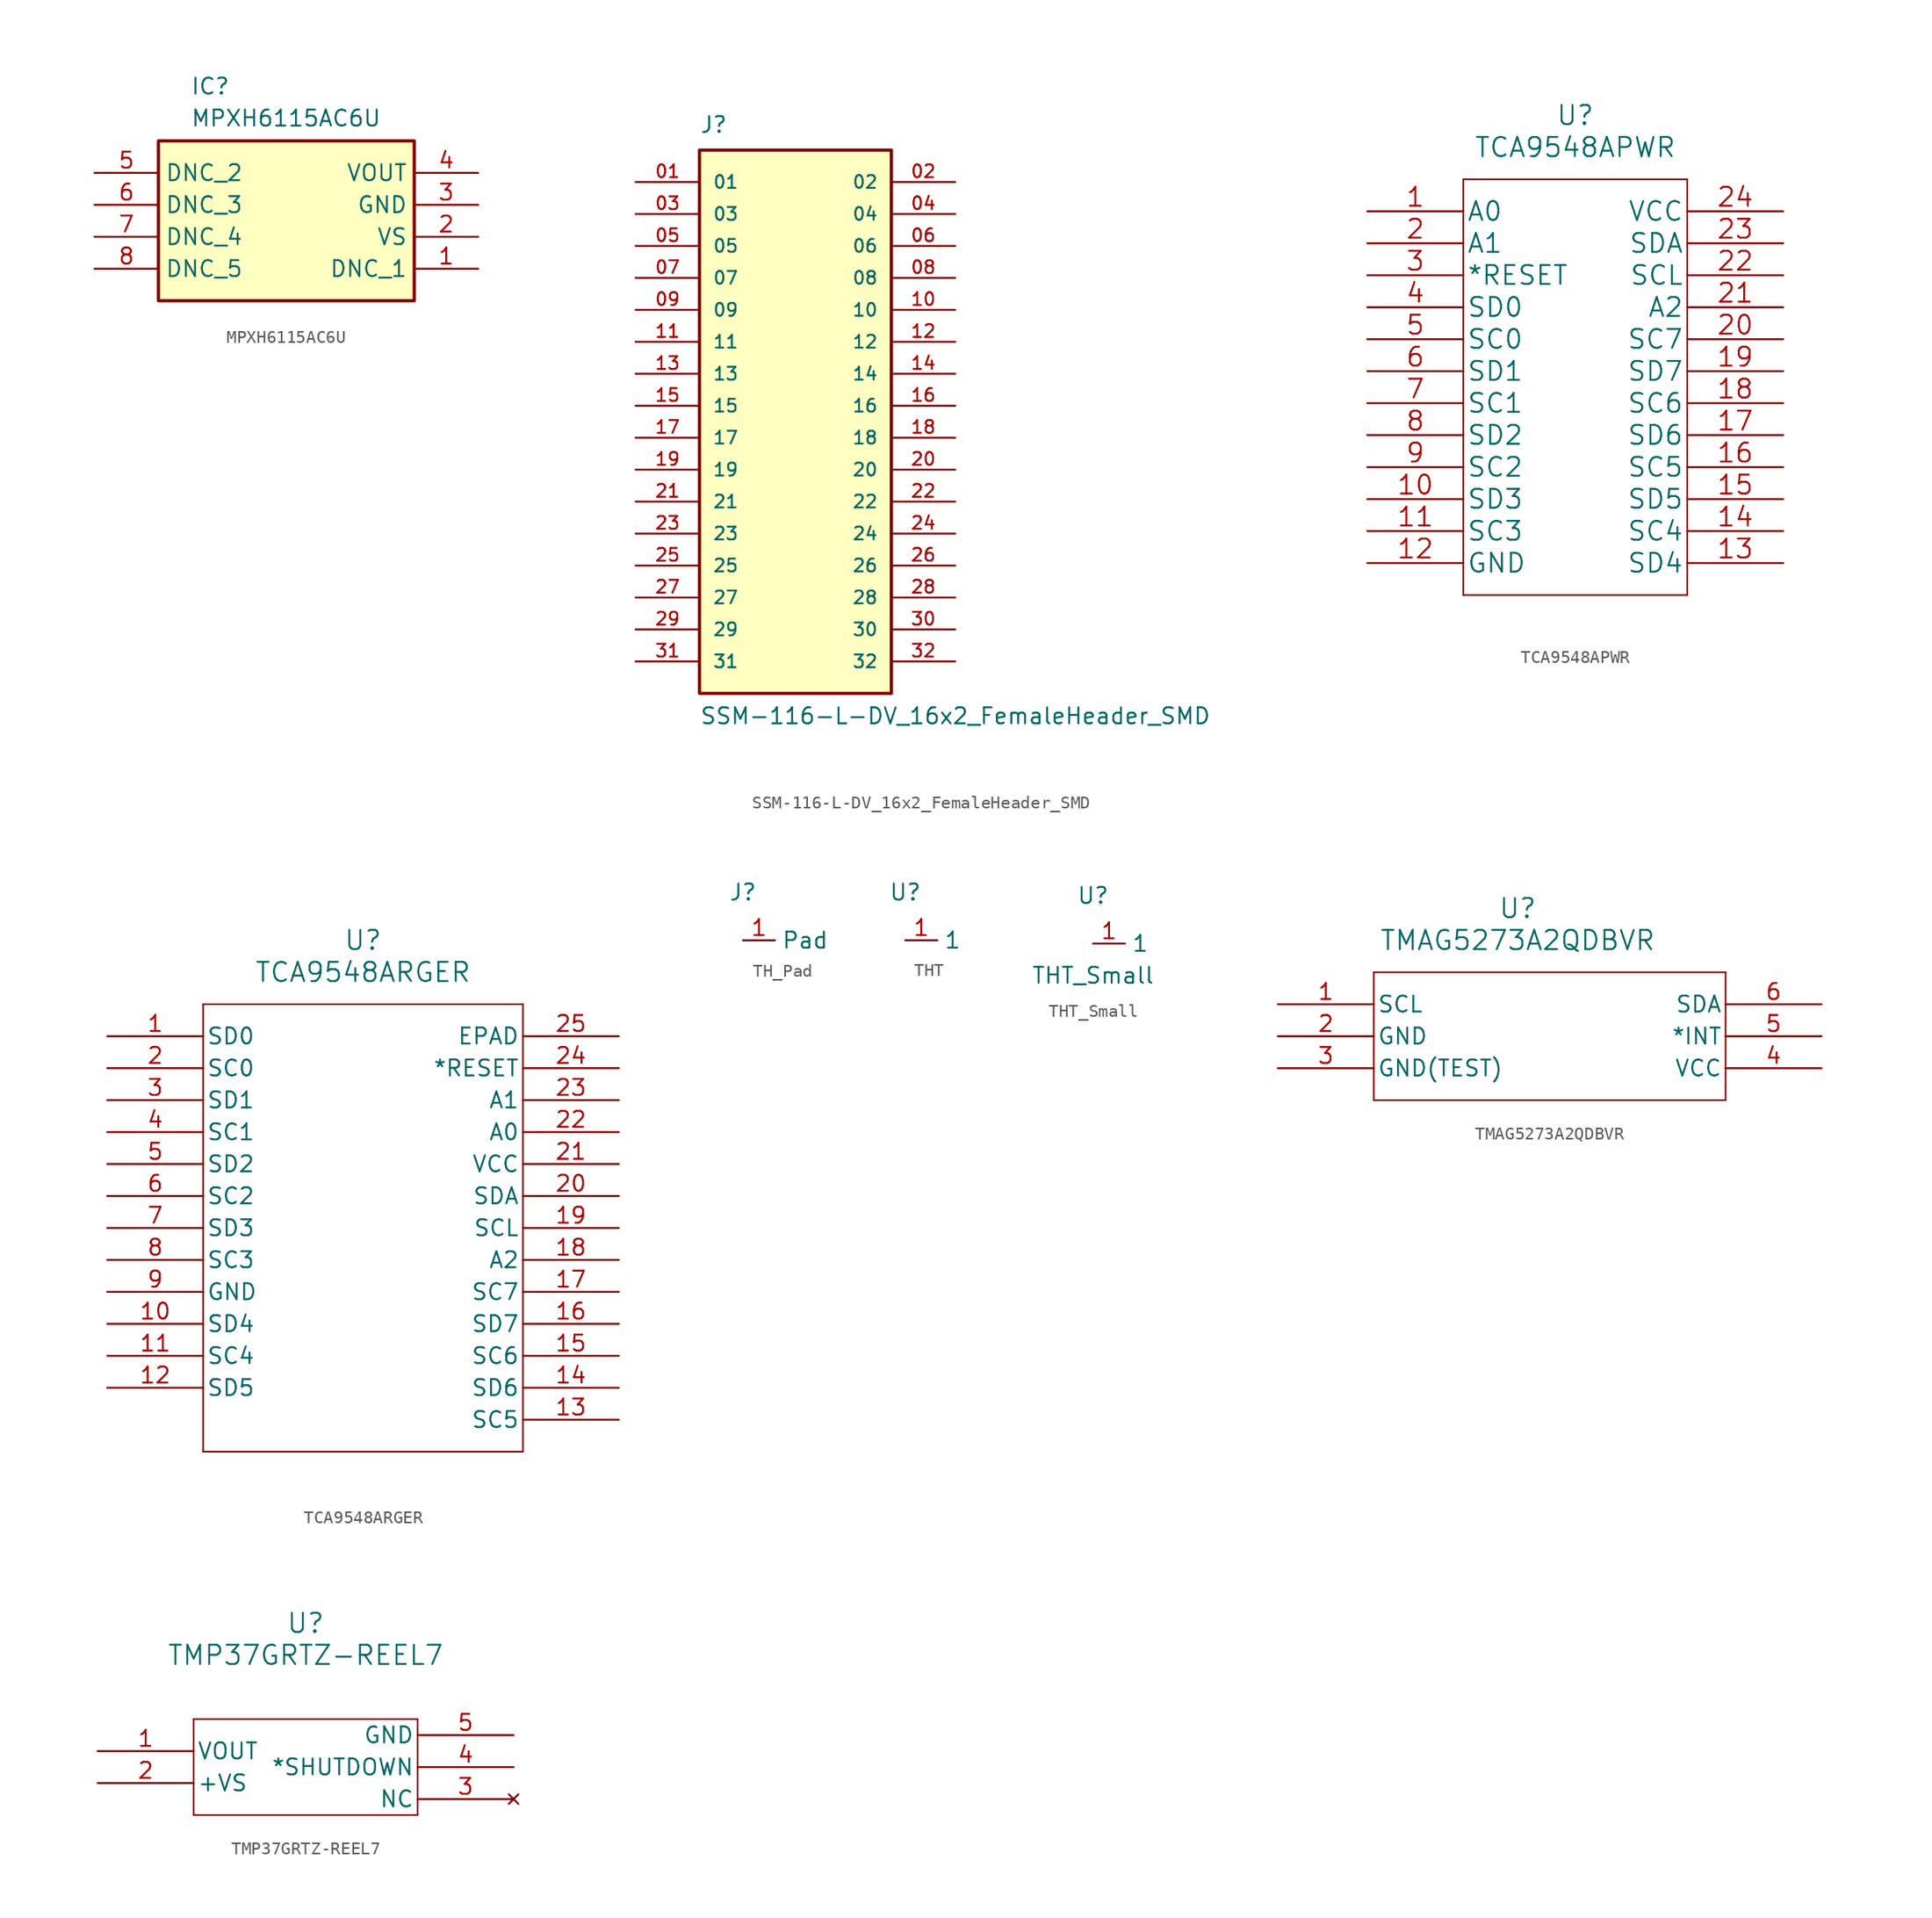
<source format=kicad_sym>
(kicad_symbol_lib
  (version 20220914)
  (generator kicad_symbol_editor)
  (symbol "MPXH6115AC6U"
    (property "Reference" "IC"
      (at 7.62 7.62 0)
      (effects (font (size 1.27 1.27)) (justify left top)))
    (property "Value" "MPXH6115AC6U"
      (at 7.62 5.08 0)
      (effects (font (size 1.27 1.27)) (justify left top)))
    (symbol "MPXH6115AC6U_1_1"
      (rectangle (start 5.08 2.54) (end 25.4 -10.16) (stroke (width 0.254) (type default)) (fill (type background)))
      (pin passive line (at 30.48 -7.62 180) (length 5.08) (name "DNC_1" (effects (font (size 1.27 1.27)))) (number "1" (effects (font (size 1.27 1.27)))))
      (pin passive line (at 30.48 -5.08 180) (length 5.08) (name "VS" (effects (font (size 1.27 1.27)))) (number "2" (effects (font (size 1.27 1.27)))))
      (pin passive line (at 30.48 -2.54 180) (length 5.08) (name "GND" (effects (font (size 1.27 1.27)))) (number "3" (effects (font (size 1.27 1.27)))))
      (pin passive line (at 30.48 0 180) (length 5.08) (name "VOUT" (effects (font (size 1.27 1.27)))) (number "4" (effects (font (size 1.27 1.27)))))
      (pin passive line (at 0 0 0) (length 5.08) (name "DNC_2" (effects (font (size 1.27 1.27)))) (number "5" (effects (font (size 1.27 1.27)))))
      (pin passive line (at 0 -2.54 0) (length 5.08) (name "DNC_3" (effects (font (size 1.27 1.27)))) (number "6" (effects (font (size 1.27 1.27)))))
      (pin passive line (at 0 -5.08 0) (length 5.08) (name "DNC_4" (effects (font (size 1.27 1.27)))) (number "7" (effects (font (size 1.27 1.27)))))
      (pin passive line (at 0 -7.62 0) (length 5.08) (name "DNC_5" (effects (font (size 1.27 1.27)))) (number "8" (effects (font (size 1.27 1.27)))))))
  (symbol "SSM-116-L-DV_16x2_FemaleHeader_SMD"
    (pin_names
      (offset 1.016))
    (property "Reference" "J"
      (at -7.62 24.13 0)
      (effects (font (size 1.27 1.27)) (justify left bottom)))
    (property "Value" "SSM-116-L-DV_16x2_FemaleHeader_SMD"
      (at -7.62 -22.86 0)
      (effects (font (size 1.27 1.27)) (justify left bottom)))
    (symbol "SSM-116-L-DV_16x2_FemaleHeader_SMD_0_0"
      (rectangle (start -7.62 22.86) (end 7.62 -20.32) (stroke (width 0.254) (type default)) (fill (type background)))
      (pin passive line (at -12.7 20.32 0) (length 5.08) (name "01" (effects (font (size 1.016 1.016)))) (number "01" (effects (font (size 1.016 1.016)))))
      (pin passive line (at 12.7 20.32 180) (length 5.08) (name "02" (effects (font (size 1.016 1.016)))) (number "02" (effects (font (size 1.016 1.016)))))
      (pin passive line (at -12.7 17.78 0) (length 5.08) (name "03" (effects (font (size 1.016 1.016)))) (number "03" (effects (font (size 1.016 1.016)))))
      (pin passive line (at 12.7 17.78 180) (length 5.08) (name "04" (effects (font (size 1.016 1.016)))) (number "04" (effects (font (size 1.016 1.016)))))
      (pin passive line (at -12.7 15.24 0) (length 5.08) (name "05" (effects (font (size 1.016 1.016)))) (number "05" (effects (font (size 1.016 1.016)))))
      (pin passive line (at 12.7 15.24 180) (length 5.08) (name "06" (effects (font (size 1.016 1.016)))) (number "06" (effects (font (size 1.016 1.016)))))
      (pin passive line (at -12.7 12.7 0) (length 5.08) (name "07" (effects (font (size 1.016 1.016)))) (number "07" (effects (font (size 1.016 1.016)))))
      (pin passive line (at 12.7 12.7 180) (length 5.08) (name "08" (effects (font (size 1.016 1.016)))) (number "08" (effects (font (size 1.016 1.016)))))
      (pin passive line (at -12.7 10.16 0) (length 5.08) (name "09" (effects (font (size 1.016 1.016)))) (number "09" (effects (font (size 1.016 1.016)))))
      (pin passive line (at 12.7 10.16 180) (length 5.08) (name "10" (effects (font (size 1.016 1.016)))) (number "10" (effects (font (size 1.016 1.016)))))
      (pin passive line (at -12.7 7.62 0) (length 5.08) (name "11" (effects (font (size 1.016 1.016)))) (number "11" (effects (font (size 1.016 1.016)))))
      (pin passive line (at 12.7 7.62 180) (length 5.08) (name "12" (effects (font (size 1.016 1.016)))) (number "12" (effects (font (size 1.016 1.016)))))
      (pin passive line (at -12.7 5.08 0) (length 5.08) (name "13" (effects (font (size 1.016 1.016)))) (number "13" (effects (font (size 1.016 1.016)))))
      (pin passive line (at 12.7 5.08 180) (length 5.08) (name "14" (effects (font (size 1.016 1.016)))) (number "14" (effects (font (size 1.016 1.016)))))
      (pin passive line (at -12.7 2.54 0) (length 5.08) (name "15" (effects (font (size 1.016 1.016)))) (number "15" (effects (font (size 1.016 1.016)))))
      (pin passive line (at 12.7 2.54 180) (length 5.08) (name "16" (effects (font (size 1.016 1.016)))) (number "16" (effects (font (size 1.016 1.016)))))
      (pin passive line (at -12.7 0 0) (length 5.08) (name "17" (effects (font (size 1.016 1.016)))) (number "17" (effects (font (size 1.016 1.016)))))
      (pin passive line (at 12.7 0 180) (length 5.08) (name "18" (effects (font (size 1.016 1.016)))) (number "18" (effects (font (size 1.016 1.016)))))
      (pin passive line (at -12.7 -2.54 0) (length 5.08) (name "19" (effects (font (size 1.016 1.016)))) (number "19" (effects (font (size 1.016 1.016)))))
      (pin passive line (at 12.7 -2.54 180) (length 5.08) (name "20" (effects (font (size 1.016 1.016)))) (number "20" (effects (font (size 1.016 1.016)))))
      (pin passive line (at -12.7 -5.08 0) (length 5.08) (name "21" (effects (font (size 1.016 1.016)))) (number "21" (effects (font (size 1.016 1.016)))))
      (pin passive line (at 12.7 -5.08 180) (length 5.08) (name "22" (effects (font (size 1.016 1.016)))) (number "22" (effects (font (size 1.016 1.016)))))
      (pin passive line (at -12.7 -7.62 0) (length 5.08) (name "23" (effects (font (size 1.016 1.016)))) (number "23" (effects (font (size 1.016 1.016)))))
      (pin passive line (at 12.7 -7.62 180) (length 5.08) (name "24" (effects (font (size 1.016 1.016)))) (number "24" (effects (font (size 1.016 1.016)))))
      (pin passive line (at -12.7 -10.16 0) (length 5.08) (name "25" (effects (font (size 1.016 1.016)))) (number "25" (effects (font (size 1.016 1.016)))))
      (pin passive line (at 12.7 -10.16 180) (length 5.08) (name "26" (effects (font (size 1.016 1.016)))) (number "26" (effects (font (size 1.016 1.016)))))
      (pin passive line (at -12.7 -12.7 0) (length 5.08) (name "27" (effects (font (size 1.016 1.016)))) (number "27" (effects (font (size 1.016 1.016)))))
      (pin passive line (at 12.7 -12.7 180) (length 5.08) (name "28" (effects (font (size 1.016 1.016)))) (number "28" (effects (font (size 1.016 1.016)))))
      (pin passive line (at -12.7 -15.24 0) (length 5.08) (name "29" (effects (font (size 1.016 1.016)))) (number "29" (effects (font (size 1.016 1.016)))))
      (pin passive line (at 12.7 -15.24 180) (length 5.08) (name "30" (effects (font (size 1.016 1.016)))) (number "30" (effects (font (size 1.016 1.016)))))
      (pin passive line (at -12.7 -17.78 0) (length 5.08) (name "31" (effects (font (size 1.016 1.016)))) (number "31" (effects (font (size 1.016 1.016)))))
      (pin passive line (at 12.7 -17.78 180) (length 5.08) (name "32" (effects (font (size 1.016 1.016)))) (number "32" (effects (font (size 1.016 1.016)))))))
  (symbol "TCA9548APWR"
    (pin_names
      (offset 0.254))
    (property "Reference" "U"
      (at 16.51 7.62 0)
      (effects (font (size 1.524 1.524))))
    (property "Value" "TCA9548APWR"
      (at 16.51 5.08 0)
      (effects (font (size 1.524 1.524))))
    (property "Datasheet" ""
      (at 0 0 0)
      (effects (font (size 1.524 1.524))))
    (symbol "TCA9548APWR_1_1"
      (polyline (pts (xy 7.62 -30.48) (xy 25.4 -30.48)) (stroke (width 0.127) (type solid)) (fill (type none)))
      (polyline (pts (xy 7.62 2.54) (xy 7.62 -30.48)) (stroke (width 0.127) (type solid)) (fill (type none)))
      (polyline (pts (xy 25.4 -30.48) (xy 25.4 2.54)) (stroke (width 0.127) (type solid)) (fill (type none)))
      (polyline (pts (xy 25.4 2.54) (xy 7.62 2.54)) (stroke (width 0.127) (type solid)) (fill (type none)))
      (pin input line (at 0 0 0) (length 7.62) (name "A0" (effects (font (size 1.499 1.499)))) (number "1" (effects (font (size 1.499 1.499)))))
      (pin bidirectional line (at 0 -22.86 0) (length 7.62) (name "SD3" (effects (font (size 1.499 1.499)))) (number "10" (effects (font (size 1.499 1.499)))))
      (pin bidirectional line (at 0 -25.4 0) (length 7.62) (name "SC3" (effects (font (size 1.499 1.499)))) (number "11" (effects (font (size 1.499 1.499)))))
      (pin power_in line (at 0 -27.94 0) (length 7.62) (name "GND" (effects (font (size 1.499 1.499)))) (number "12" (effects (font (size 1.499 1.499)))))
      (pin bidirectional line (at 33.02 -27.94 180) (length 7.62) (name "SD4" (effects (font (size 1.499 1.499)))) (number "13" (effects (font (size 1.499 1.499)))))
      (pin bidirectional line (at 33.02 -25.4 180) (length 7.62) (name "SC4" (effects (font (size 1.499 1.499)))) (number "14" (effects (font (size 1.499 1.499)))))
      (pin bidirectional line (at 33.02 -22.86 180) (length 7.62) (name "SD5" (effects (font (size 1.499 1.499)))) (number "15" (effects (font (size 1.499 1.499)))))
      (pin bidirectional line (at 33.02 -20.32 180) (length 7.62) (name "SC5" (effects (font (size 1.499 1.499)))) (number "16" (effects (font (size 1.499 1.499)))))
      (pin bidirectional line (at 33.02 -17.78 180) (length 7.62) (name "SD6" (effects (font (size 1.499 1.499)))) (number "17" (effects (font (size 1.499 1.499)))))
      (pin bidirectional line (at 33.02 -15.24 180) (length 7.62) (name "SC6" (effects (font (size 1.499 1.499)))) (number "18" (effects (font (size 1.499 1.499)))))
      (pin bidirectional line (at 33.02 -12.7 180) (length 7.62) (name "SD7" (effects (font (size 1.499 1.499)))) (number "19" (effects (font (size 1.499 1.499)))))
      (pin input line (at 0 -2.54 0) (length 7.62) (name "A1" (effects (font (size 1.499 1.499)))) (number "2" (effects (font (size 1.499 1.499)))))
      (pin bidirectional line (at 33.02 -10.16 180) (length 7.62) (name "SC7" (effects (font (size 1.499 1.499)))) (number "20" (effects (font (size 1.499 1.499)))))
      (pin input line (at 33.02 -7.62 180) (length 7.62) (name "A2" (effects (font (size 1.499 1.499)))) (number "21" (effects (font (size 1.499 1.499)))))
      (pin bidirectional line (at 33.02 -5.08 180) (length 7.62) (name "SCL" (effects (font (size 1.499 1.499)))) (number "22" (effects (font (size 1.499 1.499)))))
      (pin bidirectional line (at 33.02 -2.54 180) (length 7.62) (name "SDA" (effects (font (size 1.499 1.499)))) (number "23" (effects (font (size 1.499 1.499)))))
      (pin power_in line (at 33.02 0 180) (length 7.62) (name "VCC" (effects (font (size 1.499 1.499)))) (number "24" (effects (font (size 1.499 1.499)))))
      (pin input line (at 0 -5.08 0) (length 7.62) (name "*RESET" (effects (font (size 1.499 1.499)))) (number "3" (effects (font (size 1.499 1.499)))))
      (pin bidirectional line (at 0 -7.62 0) (length 7.62) (name "SD0" (effects (font (size 1.499 1.499)))) (number "4" (effects (font (size 1.499 1.499)))))
      (pin bidirectional line (at 0 -10.16 0) (length 7.62) (name "SC0" (effects (font (size 1.499 1.499)))) (number "5" (effects (font (size 1.499 1.499)))))
      (pin bidirectional line (at 0 -12.7 0) (length 7.62) (name "SD1" (effects (font (size 1.499 1.499)))) (number "6" (effects (font (size 1.499 1.499)))))
      (pin bidirectional line (at 0 -15.24 0) (length 7.62) (name "SC1" (effects (font (size 1.499 1.499)))) (number "7" (effects (font (size 1.499 1.499)))))
      (pin bidirectional line (at 0 -17.78 0) (length 7.62) (name "SD2" (effects (font (size 1.499 1.499)))) (number "8" (effects (font (size 1.499 1.499)))))
      (pin bidirectional line (at 0 -20.32 0) (length 7.62) (name "SC2" (effects (font (size 1.499 1.499)))) (number "9" (effects (font (size 1.499 1.499)))))))
  (symbol "TCA9548ARGER"
    (pin_names
      (offset 0.254))
    (property "Reference" "U"
      (at 20.32 10.16 0)
      (effects (font (size 1.524 1.524))))
    (property "Value" "TCA9548ARGER"
      (at 20.32 7.62 0)
      (effects (font (size 1.524 1.524))))
    (symbol "TCA9548ARGER_0_1"
      (polyline (pts (xy 7.62 -30.48) (xy 33.02 -30.48)) (stroke (width 0.127) (type default)) (fill (type none)))
      (polyline (pts (xy 7.62 5.08) (xy 7.62 -30.48)) (stroke (width 0.127) (type default)) (fill (type none)))
      (polyline (pts (xy 33.02 -30.48) (xy 33.02 5.08)) (stroke (width 0.127) (type default)) (fill (type none)))
      (polyline (pts (xy 33.02 5.08) (xy 7.62 5.08)) (stroke (width 0.127) (type default)) (fill (type none)))
      (pin bidirectional line (at 0 2.54 0) (length 7.62) (name "SD0" (effects (font (size 1.27 1.27)))) (number "1" (effects (font (size 1.27 1.27)))))
      (pin bidirectional line (at 0 -20.32 0) (length 7.62) (name "SD4" (effects (font (size 1.27 1.27)))) (number "10" (effects (font (size 1.27 1.27)))))
      (pin bidirectional line (at 0 -22.86 0) (length 7.62) (name "SC4" (effects (font (size 1.27 1.27)))) (number "11" (effects (font (size 1.27 1.27)))))
      (pin bidirectional line (at 0 -25.4 0) (length 7.62) (name "SD5" (effects (font (size 1.27 1.27)))) (number "12" (effects (font (size 1.27 1.27)))))
      (pin bidirectional line (at 40.64 -27.94 180) (length 7.62) (name "SC5" (effects (font (size 1.27 1.27)))) (number "13" (effects (font (size 1.27 1.27)))))
      (pin bidirectional line (at 40.64 -25.4 180) (length 7.62) (name "SD6" (effects (font (size 1.27 1.27)))) (number "14" (effects (font (size 1.27 1.27)))))
      (pin bidirectional line (at 40.64 -22.86 180) (length 7.62) (name "SC6" (effects (font (size 1.27 1.27)))) (number "15" (effects (font (size 1.27 1.27)))))
      (pin bidirectional line (at 40.64 -20.32 180) (length 7.62) (name "SD7" (effects (font (size 1.27 1.27)))) (number "16" (effects (font (size 1.27 1.27)))))
      (pin bidirectional line (at 40.64 -17.78 180) (length 7.62) (name "SC7" (effects (font (size 1.27 1.27)))) (number "17" (effects (font (size 1.27 1.27)))))
      (pin input line (at 40.64 -15.24 180) (length 7.62) (name "A2" (effects (font (size 1.27 1.27)))) (number "18" (effects (font (size 1.27 1.27)))))
      (pin bidirectional line (at 40.64 -12.7 180) (length 7.62) (name "SCL" (effects (font (size 1.27 1.27)))) (number "19" (effects (font (size 1.27 1.27)))))
      (pin bidirectional line (at 0 0 0) (length 7.62) (name "SC0" (effects (font (size 1.27 1.27)))) (number "2" (effects (font (size 1.27 1.27)))))
      (pin bidirectional line (at 40.64 -10.16 180) (length 7.62) (name "SDA" (effects (font (size 1.27 1.27)))) (number "20" (effects (font (size 1.27 1.27)))))
      (pin power_in line (at 40.64 -7.62 180) (length 7.62) (name "VCC" (effects (font (size 1.27 1.27)))) (number "21" (effects (font (size 1.27 1.27)))))
      (pin input line (at 40.64 -5.08 180) (length 7.62) (name "A0" (effects (font (size 1.27 1.27)))) (number "22" (effects (font (size 1.27 1.27)))))
      (pin input line (at 40.64 -2.54 180) (length 7.62) (name "A1" (effects (font (size 1.27 1.27)))) (number "23" (effects (font (size 1.27 1.27)))))
      (pin input line (at 40.64 0 180) (length 7.62) (name "*RESET" (effects (font (size 1.27 1.27)))) (number "24" (effects (font (size 1.27 1.27)))))
      (pin unspecified line (at 40.64 2.54 180) (length 7.62) (name "EPAD" (effects (font (size 1.27 1.27)))) (number "25" (effects (font (size 1.27 1.27)))))
      (pin bidirectional line (at 0 -2.54 0) (length 7.62) (name "SD1" (effects (font (size 1.27 1.27)))) (number "3" (effects (font (size 1.27 1.27)))))
      (pin bidirectional line (at 0 -5.08 0) (length 7.62) (name "SC1" (effects (font (size 1.27 1.27)))) (number "4" (effects (font (size 1.27 1.27)))))
      (pin bidirectional line (at 0 -7.62 0) (length 7.62) (name "SD2" (effects (font (size 1.27 1.27)))) (number "5" (effects (font (size 1.27 1.27)))))
      (pin bidirectional line (at 0 -10.16 0) (length 7.62) (name "SC2" (effects (font (size 1.27 1.27)))) (number "6" (effects (font (size 1.27 1.27)))))
      (pin bidirectional line (at 0 -12.7 0) (length 7.62) (name "SD3" (effects (font (size 1.27 1.27)))) (number "7" (effects (font (size 1.27 1.27)))))
      (pin bidirectional line (at 0 -15.24 0) (length 7.62) (name "SC3" (effects (font (size 1.27 1.27)))) (number "8" (effects (font (size 1.27 1.27)))))
      (pin power_in line (at 0 -17.78 0) (length 7.62) (name "GND" (effects (font (size 1.27 1.27)))) (number "9" (effects (font (size 1.27 1.27)))))))
  (symbol "TH_Pad"
    (property "Reference" "J"
      (at 0 3.81 0)
      (effects (font (size 1.27 1.27))))
    (property "Value" ""
      (at 0 0 0)
      (effects (font (size 1.27 1.27))))
    (symbol "TH_Pad_1_1"
      (pin bidirectional line (at 0 0 0) (length 2.54) (name "Pad" (effects (font (size 1.27 1.27)))) (number "1" (effects (font (size 1.27 1.27)))))))
  (symbol "THT"
    (property "Reference" "U"
      (at 0 3.81 0)
      (effects (font (size 1.27 1.27))))
    (property "Value" ""
      (at 0 0 0)
      (effects (font (size 1.27 1.27))))
    (symbol "THT_1_1"
      (pin bidirectional line (at 0 0 0) (length 2.54) (name "1" (effects (font (size 1.27 1.27)))) (number "1" (effects (font (size 1.27 1.27)))))))
  (symbol "THT_Small"
    (property "Reference" "U"
      (at 0 3.81 0)
      (effects (font (size 1.27 1.27))))
    (property "Value" "THT_Small"
      (at 0 -2.54 0)
      (effects (font (size 1.27 1.27))))
    (symbol "THT_Small_1_1"
      (pin bidirectional line (at 0 0 0) (length 2.54) (name "1" (effects (font (size 1.27 1.27)))) (number "1" (effects (font (size 1.27 1.27)))))))
  (symbol "TMAG5273A2QDBVR"
    (pin_names
      (offset 0.254))
    (property "Reference" "U"
      (at 19.05 10.16 0)
      (effects (font (size 1.524 1.524))))
    (property "Value" "TMAG5273A2QDBVR"
      (at 19.05 7.62 0)
      (effects (font (size 1.524 1.524))))
    (symbol "TMAG5273A2QDBVR_0_1"
      (polyline (pts (xy 7.62 -5.08) (xy 35.56 -5.08)) (stroke (width 0.127) (type default)) (fill (type none)))
      (polyline (pts (xy 7.62 5.08) (xy 7.62 -5.08)) (stroke (width 0.127) (type default)) (fill (type none)))
      (polyline (pts (xy 35.56 -5.08) (xy 35.56 5.08)) (stroke (width 0.127) (type default)) (fill (type none)))
      (polyline (pts (xy 35.56 5.08) (xy 7.62 5.08)) (stroke (width 0.127) (type default)) (fill (type none)))
      (pin bidirectional line (at 0 2.54 0) (length 7.62) (name "SCL" (effects (font (size 1.27 1.27)))) (number "1" (effects (font (size 1.27 1.27)))))
      (pin power_out line (at 0 0 0) (length 7.62) (name "GND" (effects (font (size 1.27 1.27)))) (number "2" (effects (font (size 1.27 1.27)))))
      (pin input line (at 0 -2.54 0) (length 7.62) (name "GND(TEST)" (effects (font (size 1.27 1.27)))) (number "3" (effects (font (size 1.27 1.27)))))
      (pin power_in line (at 43.18 -2.54 180) (length 7.62) (name "VCC" (effects (font (size 1.27 1.27)))) (number "4" (effects (font (size 1.27 1.27)))))
      (pin bidirectional line (at 43.18 0 180) (length 7.62) (name "*INT" (effects (font (size 1.27 1.27)))) (number "5" (effects (font (size 1.27 1.27)))))
      (pin bidirectional line (at 43.18 2.54 180) (length 7.62) (name "SDA" (effects (font (size 1.27 1.27)))) (number "6" (effects (font (size 1.27 1.27)))))))
  (symbol "TMP37GRTZ-REEL7"
    (pin_names
      (offset 0.254))
    (property "Reference" "U"
      (at 16.51 10.16 0)
      (effects (font (size 1.524 1.524))))
    (property "Value" "TMP37GRTZ-REEL7"
      (at 16.51 7.62 0)
      (effects (font (size 1.524 1.524))))
    (symbol "TMP37GRTZ-REEL7_0_1"
      (polyline (pts (xy 7.62 -5.08) (xy 25.4 -5.08)) (stroke (width 0.127) (type default)) (fill (type none)))
      (polyline (pts (xy 7.62 2.54) (xy 7.62 -5.08)) (stroke (width 0.127) (type default)) (fill (type none)))
      (polyline (pts (xy 25.4 -5.08) (xy 25.4 2.54)) (stroke (width 0.127) (type default)) (fill (type none)))
      (polyline (pts (xy 25.4 2.54) (xy 7.62 2.54)) (stroke (width 0.127) (type default)) (fill (type none)))
      (pin output line (at 0 0 0) (length 7.62) (name "VOUT" (effects (font (size 1.27 1.27)))) (number "1" (effects (font (size 1.27 1.27)))))
      (pin power_in line (at 0 -2.54 0) (length 7.62) (name "+VS" (effects (font (size 1.27 1.27)))) (number "2" (effects (font (size 1.27 1.27)))))
      (pin no_connect line (at 33.02 -3.81 180) (length 7.62) (name "NC" (effects (font (size 1.27 1.27)))) (number "3" (effects (font (size 1.27 1.27)))))
      (pin unspecified line (at 33.02 -1.27 180) (length 7.62) (name "*SHUTDOWN" (effects (font (size 1.27 1.27)))) (number "4" (effects (font (size 1.27 1.27)))))
      (pin power_out line (at 33.02 1.27 180) (length 7.62) (name "GND" (effects (font (size 1.27 1.27)))) (number "5" (effects (font (size 1.27 1.27))))))))
</source>
